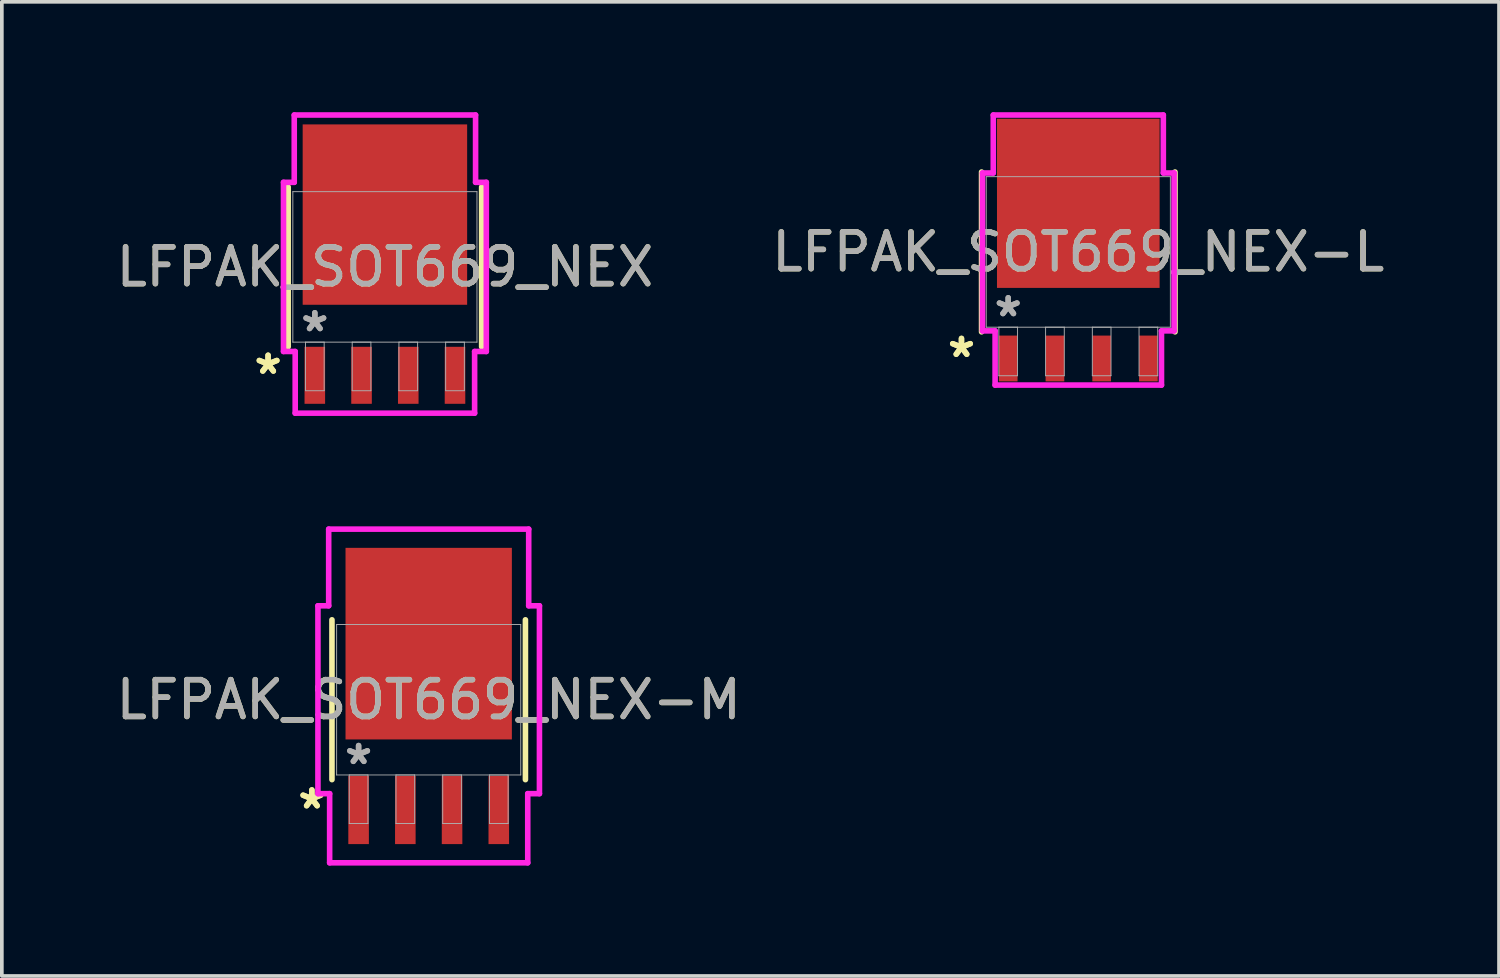
<source format=kicad_pcb>
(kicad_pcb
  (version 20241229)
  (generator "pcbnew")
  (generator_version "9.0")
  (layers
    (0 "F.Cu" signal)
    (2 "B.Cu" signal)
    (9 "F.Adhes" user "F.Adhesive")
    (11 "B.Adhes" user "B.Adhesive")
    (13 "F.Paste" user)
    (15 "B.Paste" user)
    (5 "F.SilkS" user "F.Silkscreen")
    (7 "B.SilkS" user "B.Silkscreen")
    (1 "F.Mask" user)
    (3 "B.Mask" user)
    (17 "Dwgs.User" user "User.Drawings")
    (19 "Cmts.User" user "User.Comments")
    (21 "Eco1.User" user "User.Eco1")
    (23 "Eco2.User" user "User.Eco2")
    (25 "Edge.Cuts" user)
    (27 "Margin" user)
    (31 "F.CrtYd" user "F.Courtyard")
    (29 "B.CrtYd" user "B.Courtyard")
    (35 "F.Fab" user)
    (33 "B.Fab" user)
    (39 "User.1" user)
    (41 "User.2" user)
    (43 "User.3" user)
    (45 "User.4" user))
  (footprint "LFPAK_SOT669_NEX-L"
    (layer "F.Cu")
    (at 26.256 3.797)
    (property "Reference" "LFPAK_SOT669_NEX-L" (at 0 0 0) (unlocked yes) (layer "F.SilkS") (effects (font (size 1 1) (thickness 0.15))))
    (attr smd)
    (fp_line (start -2.629 -2.172) (end -2.629 2.172) (stroke (width 0.152) (type solid)) (layer "F.SilkS"))
    (fp_line (start 2.629 2.172) (end 2.629 -2.172) (stroke (width 0.152) (type solid)) (layer "F.SilkS"))
    (fp_line (start -2.603 -2.146) (end -2.311 -2.146) (stroke (width 0.152) (type solid)) (layer "F.CrtYd"))
    (fp_line (start -2.603 2.146) (end -2.603 -2.146) (stroke (width 0.152) (type solid)) (layer "F.CrtYd"))
    (fp_line (start -2.311 -3.721) (end 2.311 -3.721) (stroke (width 0.152) (type solid)) (layer "F.CrtYd"))
    (fp_line (start -2.311 -2.146) (end -2.311 -3.721) (stroke (width 0.152) (type solid)) (layer "F.CrtYd"))
    (fp_line (start -2.261 2.146) (end -2.603 2.146) (stroke (width 0.152) (type solid)) (layer "F.CrtYd"))
    (fp_line (start -2.261 3.619) (end -2.261 2.146) (stroke (width 0.152) (type solid)) (layer "F.CrtYd"))
    (fp_line (start 2.261 2.146) (end 2.261 3.619) (stroke (width 0.152) (type solid)) (layer "F.CrtYd"))
    (fp_line (start 2.261 3.619) (end -2.261 3.619) (stroke (width 0.152) (type solid)) (layer "F.CrtYd"))
    (fp_line (start 2.311 -3.721) (end 2.311 -2.146) (stroke (width 0.152) (type solid)) (layer "F.CrtYd"))
    (fp_line (start 2.311 -2.146) (end 2.603 -2.146) (stroke (width 0.152) (type solid)) (layer "F.CrtYd"))
    (fp_line (start 2.603 -2.146) (end 2.603 2.146) (stroke (width 0.152) (type solid)) (layer "F.CrtYd"))
    (fp_line (start 2.603 2.146) (end 2.261 2.146) (stroke (width 0.152) (type solid)) (layer "F.CrtYd"))
    (fp_line (start -2.502 -2.045) (end -2.502 2.045) (stroke (width 0.025) (type solid)) (layer "F.Fab"))
    (fp_line (start -2.502 2.045) (end 2.502 2.045) (stroke (width 0.025) (type solid)) (layer "F.Fab"))
    (fp_line (start -2.159 2.045) (end -2.159 3.365) (stroke (width 0.025) (type solid)) (layer "F.Fab"))
    (fp_line (start -2.159 3.365) (end -1.651 3.365) (stroke (width 0.025) (type solid)) (layer "F.Fab"))
    (fp_line (start -1.651 2.045) (end -2.159 2.045) (stroke (width 0.025) (type solid)) (layer "F.Fab"))
    (fp_line (start -1.651 3.365) (end -1.651 2.045) (stroke (width 0.025) (type solid)) (layer "F.Fab"))
    (fp_line (start -0.889 2.045) (end -0.889 3.365) (stroke (width 0.025) (type solid)) (layer "F.Fab"))
    (fp_line (start -0.889 3.365) (end -0.381 3.365) (stroke (width 0.025) (type solid)) (layer "F.Fab"))
    (fp_line (start -0.381 2.045) (end -0.889 2.045) (stroke (width 0.025) (type solid)) (layer "F.Fab"))
    (fp_line (start -0.381 3.365) (end -0.381 2.045) (stroke (width 0.025) (type solid)) (layer "F.Fab"))
    (fp_line (start 0.381 2.045) (end 0.381 3.365) (stroke (width 0.025) (type solid)) (layer "F.Fab"))
    (fp_line (start 0.381 3.365) (end 0.889 3.365) (stroke (width 0.025) (type solid)) (layer "F.Fab"))
    (fp_line (start 0.889 2.045) (end 0.381 2.045) (stroke (width 0.025) (type solid)) (layer "F.Fab"))
    (fp_line (start 0.889 3.365) (end 0.889 2.045) (stroke (width 0.025) (type solid)) (layer "F.Fab"))
    (fp_line (start 1.651 2.045) (end 1.651 3.365) (stroke (width 0.025) (type solid)) (layer "F.Fab"))
    (fp_line (start 1.651 3.365) (end 2.159 3.365) (stroke (width 0.025) (type solid)) (layer "F.Fab"))
    (fp_line (start 2.159 2.045) (end 1.651 2.045) (stroke (width 0.025) (type solid)) (layer "F.Fab"))
    (fp_line (start 2.159 3.365) (end 2.159 2.045) (stroke (width 0.025) (type solid)) (layer "F.Fab"))
    (fp_line (start 2.502 -2.045) (end -2.502 -2.045) (stroke (width 0.025) (type solid)) (layer "F.Fab"))
    (fp_line (start 2.502 2.045) (end 2.502 -2.045) (stroke (width 0.025) (type solid)) (layer "F.Fab"))
    (fp_text user "*" (at -3.175 2.896 0) (layer "F.SilkS") (effects (font (size 1 1) (thickness 0.15))))
    (fp_text user "*" (at -3.175 2.896 0) (unlocked yes) (layer "F.SilkS") (effects (font (size 1 1) (thickness 0.15))))
    (fp_text user "${REFERENCE}" (at 0 0 0) (unlocked yes) (layer "F.Fab") (effects (font (size 1 1) (thickness 0.15))))
    (fp_text user "*" (at -1.905 1.791 0) (layer "F.Fab") (effects (font (size 1 1) (thickness 0.15))))
    (fp_text user "*" (at -1.905 1.791 0) (unlocked yes) (layer "F.Fab") (effects (font (size 1 1) (thickness 0.15))))
    (pad "1" smd rect (at -1.905 2.896) (size 0.508 1.245) (layers "F.Cu" "F.Mask" "F.Paste"))
    (pad "2" smd rect (at -0.635 2.896) (size 0.508 1.245) (layers "F.Cu" "F.Mask" "F.Paste"))
    (pad "3" smd rect (at 0.635 2.896) (size 0.508 1.245) (layers "F.Cu" "F.Mask" "F.Paste"))
    (pad "4" smd rect (at 1.905 2.896) (size 0.508 1.245) (layers "F.Cu" "F.Mask" "F.Paste"))
    (pad "5" smd rect (at 0 -1.321) (size 4.42 4.597) (layers "F.Cu" "F.Mask" "F.Paste")))
  (footprint "LFPAK_SOT669_NEX"
    (layer "F.Cu")
    (at 7.411 4.204)
    (property "Reference" "LFPAK_SOT669_NEX" (at 0 0 0) (unlocked yes) (layer "F.SilkS") (effects (font (size 1 1) (thickness 0.15))))
    (attr smd)
    (fp_line (start -2.629 -2.172) (end -2.629 2.172) (stroke (width 0.152) (type solid)) (layer "F.SilkS"))
    (fp_line (start 2.629 2.172) (end 2.629 -2.172) (stroke (width 0.152) (type solid)) (layer "F.SilkS"))
    (fp_line (start -2.756 -2.299) (end -2.464 -2.299) (stroke (width 0.152) (type solid)) (layer "F.CrtYd"))
    (fp_line (start -2.756 2.299) (end -2.756 -2.299) (stroke (width 0.152) (type solid)) (layer "F.CrtYd"))
    (fp_line (start -2.464 -4.128) (end 2.464 -4.128) (stroke (width 0.152) (type solid)) (layer "F.CrtYd"))
    (fp_line (start -2.464 -2.299) (end -2.464 -4.128) (stroke (width 0.152) (type solid)) (layer "F.CrtYd"))
    (fp_line (start -2.438 2.299) (end -2.756 2.299) (stroke (width 0.152) (type solid)) (layer "F.CrtYd"))
    (fp_line (start -2.438 3.975) (end -2.438 2.299) (stroke (width 0.152) (type solid)) (layer "F.CrtYd"))
    (fp_line (start 2.438 2.299) (end 2.438 3.975) (stroke (width 0.152) (type solid)) (layer "F.CrtYd"))
    (fp_line (start 2.438 3.975) (end -2.438 3.975) (stroke (width 0.152) (type solid)) (layer "F.CrtYd"))
    (fp_line (start 2.464 -4.128) (end 2.464 -2.299) (stroke (width 0.152) (type solid)) (layer "F.CrtYd"))
    (fp_line (start 2.464 -2.299) (end 2.756 -2.299) (stroke (width 0.152) (type solid)) (layer "F.CrtYd"))
    (fp_line (start 2.756 -2.299) (end 2.756 2.299) (stroke (width 0.152) (type solid)) (layer "F.CrtYd"))
    (fp_line (start 2.756 2.299) (end 2.438 2.299) (stroke (width 0.152) (type solid)) (layer "F.CrtYd"))
    (fp_line (start -2.502 -2.045) (end -2.502 2.045) (stroke (width 0.025) (type solid)) (layer "F.Fab"))
    (fp_line (start -2.502 2.045) (end 2.502 2.045) (stroke (width 0.025) (type solid)) (layer "F.Fab"))
    (fp_line (start -2.159 2.045) (end -2.159 3.365) (stroke (width 0.025) (type solid)) (layer "F.Fab"))
    (fp_line (start -2.159 3.365) (end -1.651 3.365) (stroke (width 0.025) (type solid)) (layer "F.Fab"))
    (fp_line (start -1.651 2.045) (end -2.159 2.045) (stroke (width 0.025) (type solid)) (layer "F.Fab"))
    (fp_line (start -1.651 3.365) (end -1.651 2.045) (stroke (width 0.025) (type solid)) (layer "F.Fab"))
    (fp_line (start -0.889 2.045) (end -0.889 3.365) (stroke (width 0.025) (type solid)) (layer "F.Fab"))
    (fp_line (start -0.889 3.365) (end -0.381 3.365) (stroke (width 0.025) (type solid)) (layer "F.Fab"))
    (fp_line (start -0.381 2.045) (end -0.889 2.045) (stroke (width 0.025) (type solid)) (layer "F.Fab"))
    (fp_line (start -0.381 3.365) (end -0.381 2.045) (stroke (width 0.025) (type solid)) (layer "F.Fab"))
    (fp_line (start 0.381 2.045) (end 0.381 3.365) (stroke (width 0.025) (type solid)) (layer "F.Fab"))
    (fp_line (start 0.381 3.365) (end 0.889 3.365) (stroke (width 0.025) (type solid)) (layer "F.Fab"))
    (fp_line (start 0.889 2.045) (end 0.381 2.045) (stroke (width 0.025) (type solid)) (layer "F.Fab"))
    (fp_line (start 0.889 3.365) (end 0.889 2.045) (stroke (width 0.025) (type solid)) (layer "F.Fab"))
    (fp_line (start 1.651 2.045) (end 1.651 3.365) (stroke (width 0.025) (type solid)) (layer "F.Fab"))
    (fp_line (start 1.651 3.365) (end 2.159 3.365) (stroke (width 0.025) (type solid)) (layer "F.Fab"))
    (fp_line (start 2.159 2.045) (end 1.651 2.045) (stroke (width 0.025) (type solid)) (layer "F.Fab"))
    (fp_line (start 2.159 3.365) (end 2.159 2.045) (stroke (width 0.025) (type solid)) (layer "F.Fab"))
    (fp_line (start 2.502 -2.045) (end -2.502 -2.045) (stroke (width 0.025) (type solid)) (layer "F.Fab"))
    (fp_line (start 2.502 2.045) (end 2.502 -2.045) (stroke (width 0.025) (type solid)) (layer "F.Fab"))
    (fp_text user "*" (at -3.175 2.946 0) (unlocked yes) (layer "F.SilkS") (effects (font (size 1 1) (thickness 0.15))))
    (fp_text user "*" (at -3.175 2.946 0) (layer "F.SilkS") (effects (font (size 1 1) (thickness 0.15))))
    (fp_text user "*" (at -1.905 1.791 0) (layer "F.Fab") (effects (font (size 1 1) (thickness 0.15))))
    (fp_text user "*" (at -1.905 1.791 0) (unlocked yes) (layer "F.Fab") (effects (font (size 1 1) (thickness 0.15))))
    (fp_text user "${REFERENCE}" (at 0 0 0) (unlocked yes) (layer "F.Fab") (effects (font (size 1 1) (thickness 0.15))))
    (pad "1" smd rect (at -1.905 2.946) (size 0.559 1.549) (layers "F.Cu" "F.Mask" "F.Paste"))
    (pad "2" smd rect (at -0.635 2.946) (size 0.559 1.549) (layers "F.Cu" "F.Mask" "F.Paste"))
    (pad "3" smd rect (at 0.635 2.946) (size 0.559 1.549) (layers "F.Cu" "F.Mask" "F.Paste"))
    (pad "4" smd rect (at 1.905 2.946) (size 0.559 1.549) (layers "F.Cu" "F.Mask" "F.Paste"))
    (pad "5" smd rect (at 0 -1.422) (size 4.47 4.902) (layers "F.Cu" "F.Mask" "F.Paste")))
  (footprint "LFPAK_SOT669_NEX-M"
    (layer "F.Cu")
    (at 8.601 15.967)
    (property "Reference" "LFPAK_SOT669_NEX-M" (at 0 0 0) (unlocked yes) (layer "F.SilkS") (effects (font (size 1 1) (thickness 0.15))))
    (attr smd)
    (fp_line (start -2.629 -2.172) (end -2.629 2.172) (stroke (width 0.152) (type solid)) (layer "F.SilkS"))
    (fp_line (start 2.629 2.172) (end 2.629 -2.172) (stroke (width 0.152) (type solid)) (layer "F.SilkS"))
    (fp_line (start -3.01 -2.553) (end -2.718 -2.553) (stroke (width 0.152) (type solid)) (layer "F.CrtYd"))
    (fp_line (start -3.01 2.553) (end -3.01 -2.553) (stroke (width 0.152) (type solid)) (layer "F.CrtYd"))
    (fp_line (start -2.718 -4.636) (end 2.718 -4.636) (stroke (width 0.152) (type solid)) (layer "F.CrtYd"))
    (fp_line (start -2.718 -2.553) (end -2.718 -4.636) (stroke (width 0.152) (type solid)) (layer "F.CrtYd"))
    (fp_line (start -2.692 2.553) (end -3.01 2.553) (stroke (width 0.152) (type solid)) (layer "F.CrtYd"))
    (fp_line (start -2.692 4.432) (end -2.692 2.553) (stroke (width 0.152) (type solid)) (layer "F.CrtYd"))
    (fp_line (start 2.692 2.553) (end 2.692 4.432) (stroke (width 0.152) (type solid)) (layer "F.CrtYd"))
    (fp_line (start 2.692 4.432) (end -2.692 4.432) (stroke (width 0.152) (type solid)) (layer "F.CrtYd"))
    (fp_line (start 2.718 -4.636) (end 2.718 -2.553) (stroke (width 0.152) (type solid)) (layer "F.CrtYd"))
    (fp_line (start 2.718 -2.553) (end 3.01 -2.553) (stroke (width 0.152) (type solid)) (layer "F.CrtYd"))
    (fp_line (start 3.01 -2.553) (end 3.01 2.553) (stroke (width 0.152) (type solid)) (layer "F.CrtYd"))
    (fp_line (start 3.01 2.553) (end 2.692 2.553) (stroke (width 0.152) (type solid)) (layer "F.CrtYd"))
    (fp_line (start -2.502 -2.045) (end -2.502 2.045) (stroke (width 0.025) (type solid)) (layer "F.Fab"))
    (fp_line (start -2.502 2.045) (end 2.502 2.045) (stroke (width 0.025) (type solid)) (layer "F.Fab"))
    (fp_line (start -2.159 2.045) (end -2.159 3.365) (stroke (width 0.025) (type solid)) (layer "F.Fab"))
    (fp_line (start -2.159 3.365) (end -1.651 3.365) (stroke (width 0.025) (type solid)) (layer "F.Fab"))
    (fp_line (start -1.651 2.045) (end -2.159 2.045) (stroke (width 0.025) (type solid)) (layer "F.Fab"))
    (fp_line (start -1.651 3.365) (end -1.651 2.045) (stroke (width 0.025) (type solid)) (layer "F.Fab"))
    (fp_line (start -0.889 2.045) (end -0.889 3.365) (stroke (width 0.025) (type solid)) (layer "F.Fab"))
    (fp_line (start -0.889 3.365) (end -0.381 3.365) (stroke (width 0.025) (type solid)) (layer "F.Fab"))
    (fp_line (start -0.381 2.045) (end -0.889 2.045) (stroke (width 0.025) (type solid)) (layer "F.Fab"))
    (fp_line (start -0.381 3.365) (end -0.381 2.045) (stroke (width 0.025) (type solid)) (layer "F.Fab"))
    (fp_line (start 0.381 2.045) (end 0.381 3.365) (stroke (width 0.025) (type solid)) (layer "F.Fab"))
    (fp_line (start 0.381 3.365) (end 0.889 3.365) (stroke (width 0.025) (type solid)) (layer "F.Fab"))
    (fp_line (start 0.889 2.045) (end 0.381 2.045) (stroke (width 0.025) (type solid)) (layer "F.Fab"))
    (fp_line (start 0.889 3.365) (end 0.889 2.045) (stroke (width 0.025) (type solid)) (layer "F.Fab"))
    (fp_line (start 1.651 2.045) (end 1.651 3.365) (stroke (width 0.025) (type solid)) (layer "F.Fab"))
    (fp_line (start 1.651 3.365) (end 2.159 3.365) (stroke (width 0.025) (type solid)) (layer "F.Fab"))
    (fp_line (start 2.159 2.045) (end 1.651 2.045) (stroke (width 0.025) (type solid)) (layer "F.Fab"))
    (fp_line (start 2.159 3.365) (end 2.159 2.045) (stroke (width 0.025) (type solid)) (layer "F.Fab"))
    (fp_line (start 2.502 -2.045) (end -2.502 -2.045) (stroke (width 0.025) (type solid)) (layer "F.Fab"))
    (fp_line (start 2.502 2.045) (end 2.502 -2.045) (stroke (width 0.025) (type solid)) (layer "F.Fab"))
    (fp_text user "*" (at -3.175 2.997 0) (unlocked yes) (layer "F.SilkS") (effects (font (size 1 1) (thickness 0.15))))
    (fp_text user "*" (at -3.175 2.997 0) (layer "F.SilkS") (effects (font (size 1 1) (thickness 0.15))))
    (fp_text user "${REFERENCE}" (at 0 0 0) (unlocked yes) (layer "F.Fab") (effects (font (size 1 1) (thickness 0.15))))
    (fp_text user "*" (at -1.905 1.791 0) (unlocked yes) (layer "F.Fab") (effects (font (size 1 1) (thickness 0.15))))
    (fp_text user "*" (at -1.905 1.791 0) (layer "F.Fab") (effects (font (size 1 1) (thickness 0.15))))
    (pad "1" smd rect (at -1.905 2.997) (size 0.559 1.854) (layers "F.Cu" "F.Mask" "F.Paste"))
    (pad "2" smd rect (at -0.635 2.997) (size 0.559 1.854) (layers "F.Cu" "F.Mask" "F.Paste"))
    (pad "3" smd rect (at 0.635 2.997) (size 0.559 1.854) (layers "F.Cu" "F.Mask" "F.Paste"))
    (pad "4" smd rect (at 1.905 2.997) (size 0.559 1.854) (layers "F.Cu" "F.Mask" "F.Paste"))
    (pad "5" smd rect (at 0 -1.524) (size 4.521 5.207) (layers "F.Cu" "F.Mask" "F.Paste")))
  (gr_rect
    (start -3 -3)
    (end 37.69 23.475)
    (stroke (width 0.1) (type default))
    (fill no)
    (layer "Edge.Cuts")))
</source>
